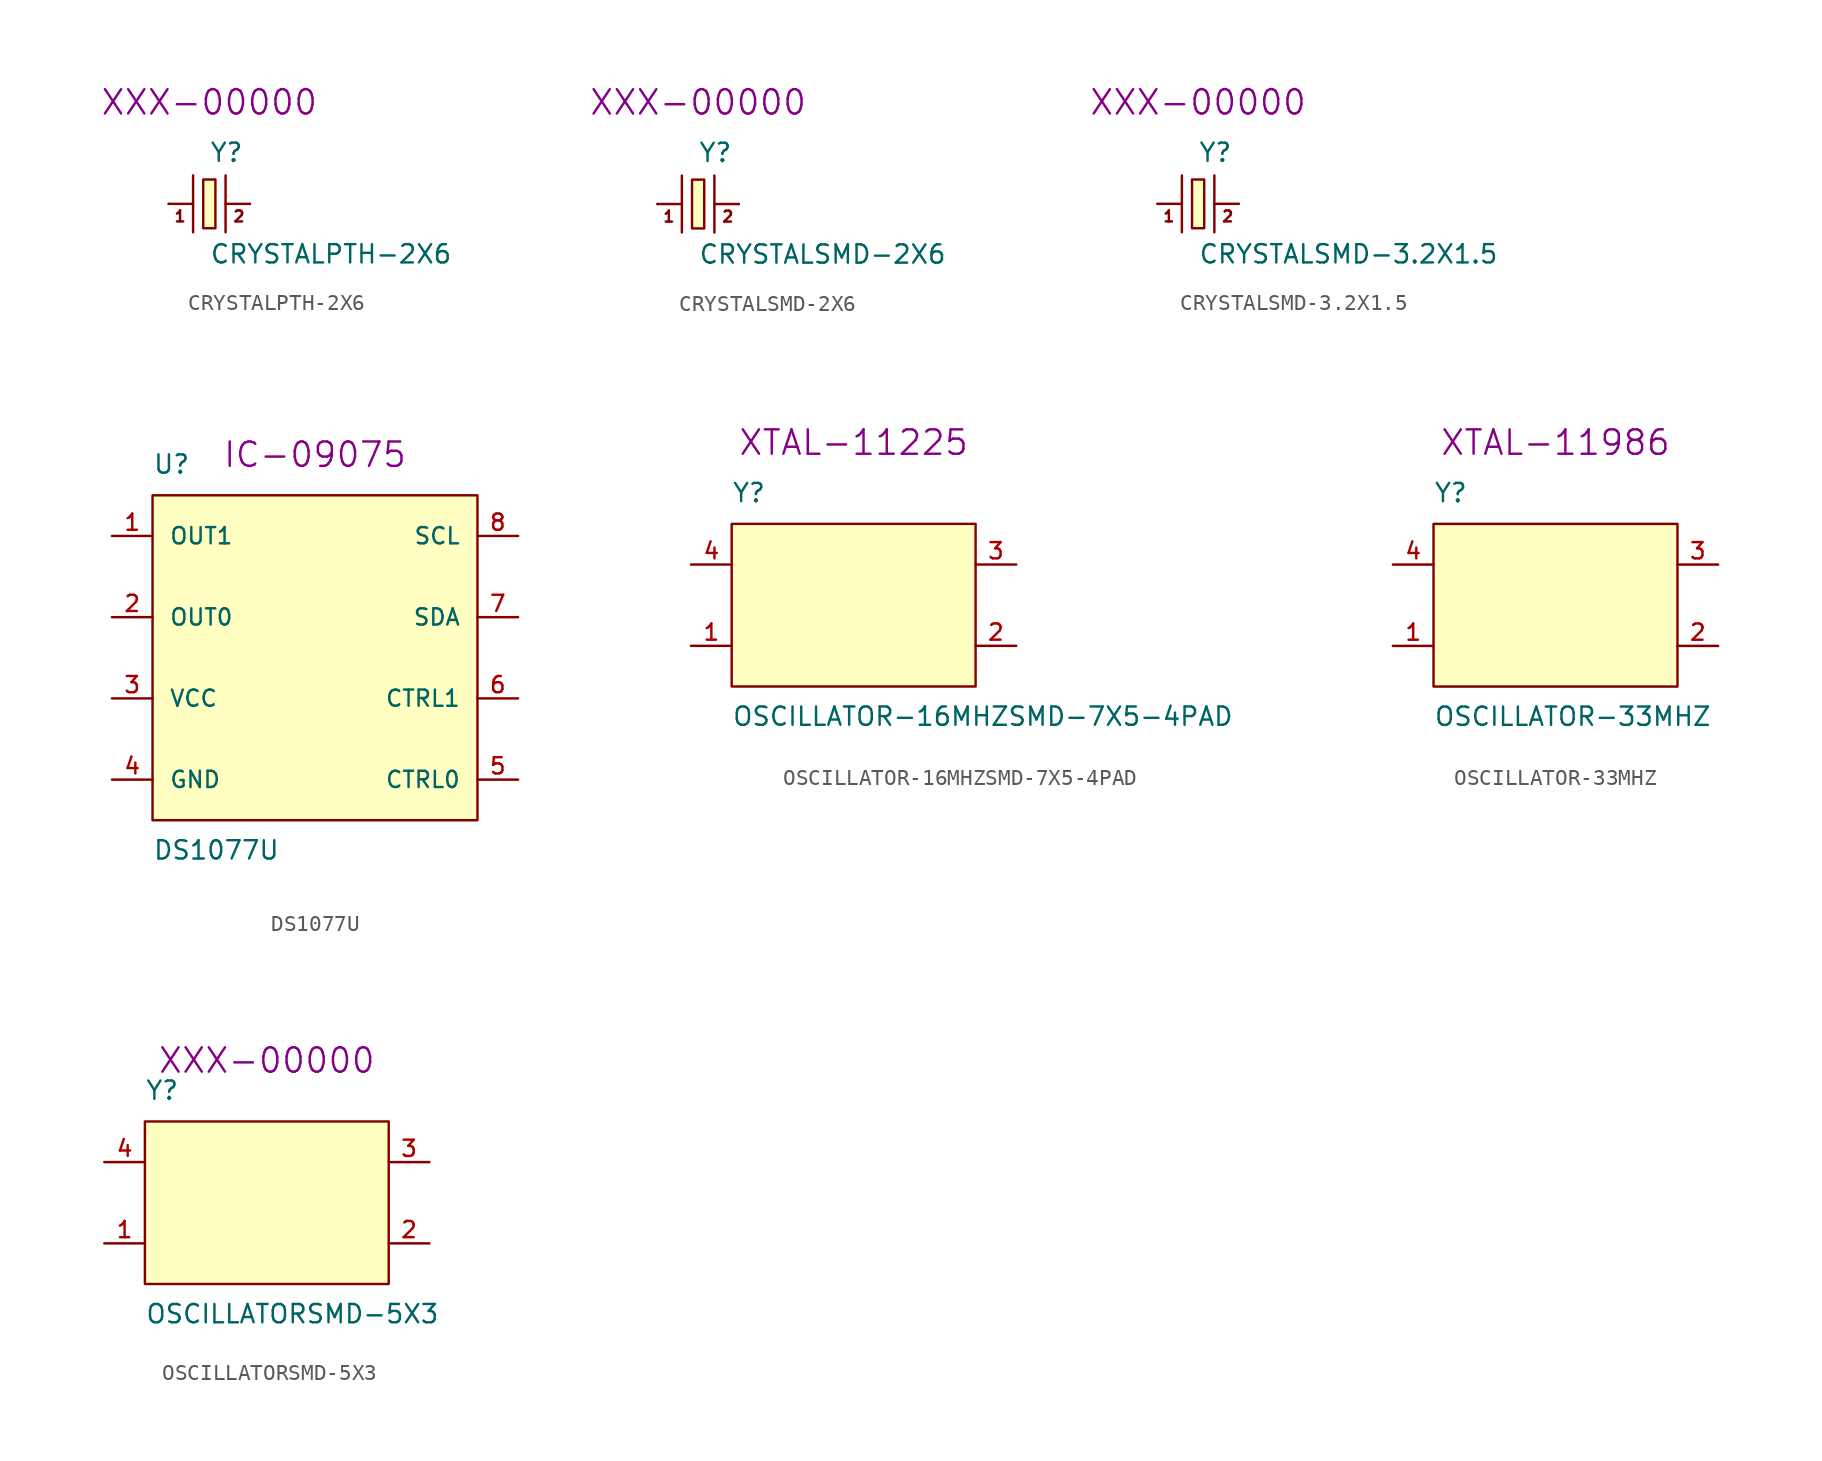
<source format=kicad_sym>
(kicad_symbol_lib
  (version 20211014)
  (generator kicad_symbol_editor)
  (symbol "CRYSTALPTH-2X6"
    (pin_numbers hide)
    (pin_names
      (offset 1.016) hide)
    (property "Reference" "Y"
      (at 0 2.54 0)
      (effects (font (size 1.143 1.143)) (justify left bottom)))
    (property "Value" "CRYSTALPTH-2X6"
      (at 0 -3.81 0)
      (effects (font (size 1.143 1.143)) (justify left bottom)))
    (property "Field4" "XXX-00000"
      (at 0 6.35 0)
      (effects (font (size 1.524 1.524))))
    (property "ki_locked" ""
      (at 0 0 0)
      (effects (font (size 1.27 1.27))))
    (symbol "CRYSTALPTH-2X6_1_0"
      (polyline (pts (xy -2.54 0) (xy -1.016 0)) (stroke (width 0) (type default) (color 0 0 0 0)) (fill (type none)))
      (polyline (pts (xy -1.016 1.778) (xy -1.016 -1.778)) (stroke (width 0) (type default) (color 0 0 0 0)) (fill (type none)))
      (polyline (pts (xy 1.016 0) (xy 2.54 0)) (stroke (width 0) (type default) (color 0 0 0 0)) (fill (type none)))
      (polyline (pts (xy 1.016 1.778) (xy 1.016 -1.778)) (stroke (width 0) (type default) (color 0 0 0 0)) (fill (type none)))
      (text "1" (at -1.829 -0.787 0) (effects (font (size 0.686 0.686))))
      (text "2" (at 1.854 -0.787 0) (effects (font (size 0.686 0.686)))))
    (symbol "CRYSTALPTH-2X6_1_1"
      (polyline (pts (xy -0.381 1.524) (xy -0.381 -1.524) (xy 0.381 -1.524) (xy 0.381 1.524) (xy -0.381 1.524)) (stroke (width 0) (type default) (color 0 0 0 0)) (fill (type background)))
      (pin passive line (at -2.54 0 0) (length 0) (name "1" (effects (font (size 1.016 1.016)))) (number "1" (effects (font (size 1.016 1.016)))))
      (pin passive line (at 2.54 0 180) (length 0) (name "2" (effects (font (size 1.016 1.016)))) (number "2" (effects (font (size 1.016 1.016)))))))
  (symbol "CRYSTALSMD-2X6"
    (pin_numbers hide)
    (pin_names
      (offset 1.016) hide)
    (property "Reference" "Y"
      (at 0 2.54 0)
      (effects (font (size 1.143 1.143)) (justify left bottom)))
    (property "Value" "CRYSTALSMD-2X6"
      (at 0 -3.81 0)
      (effects (font (size 1.143 1.143)) (justify left bottom)))
    (property "Field4" "XXX-00000"
      (at 0 6.35 0)
      (effects (font (size 1.524 1.524))))
    (property "ki_locked" ""
      (at 0 0 0)
      (effects (font (size 1.27 1.27))))
    (symbol "CRYSTALSMD-2X6_1_0"
      (polyline (pts (xy -2.54 0) (xy -1.016 0)) (stroke (width 0) (type default) (color 0 0 0 0)) (fill (type none)))
      (polyline (pts (xy -1.016 1.778) (xy -1.016 -1.778)) (stroke (width 0) (type default) (color 0 0 0 0)) (fill (type none)))
      (polyline (pts (xy 1.016 0) (xy 2.54 0)) (stroke (width 0) (type default) (color 0 0 0 0)) (fill (type none)))
      (polyline (pts (xy 1.016 1.778) (xy 1.016 -1.778)) (stroke (width 0) (type default) (color 0 0 0 0)) (fill (type none)))
      (text "1" (at -1.829 -0.787 0) (effects (font (size 0.686 0.686))))
      (text "2" (at 1.854 -0.787 0) (effects (font (size 0.686 0.686)))))
    (symbol "CRYSTALSMD-2X6_1_1"
      (polyline (pts (xy -0.381 1.524) (xy -0.381 -1.524) (xy 0.381 -1.524) (xy 0.381 1.524) (xy -0.381 1.524)) (stroke (width 0) (type default) (color 0 0 0 0)) (fill (type background)))
      (pin passive line (at -2.54 0 0) (length 0) (name "1" (effects (font (size 1.016 1.016)))) (number "X1" (effects (font (size 1.016 1.016)))))
      (pin passive line (at 2.54 0 180) (length 0) (name "2" (effects (font (size 1.016 1.016)))) (number "X2" (effects (font (size 1.016 1.016)))))))
  (symbol "CRYSTALSMD-3.2X1.5"
    (pin_numbers hide)
    (pin_names
      (offset 1.016) hide)
    (property "Reference" "Y"
      (at 0 2.54 0)
      (effects (font (size 1.143 1.143)) (justify left bottom)))
    (property "Value" "CRYSTALSMD-3.2X1.5"
      (at 0 -3.81 0)
      (effects (font (size 1.143 1.143)) (justify left bottom)))
    (property "Field4" "XXX-00000"
      (at 0 6.35 0)
      (effects (font (size 1.524 1.524))))
    (property "ki_locked" ""
      (at 0 0 0)
      (effects (font (size 1.27 1.27))))
    (symbol "CRYSTALSMD-3.2X1.5_1_0"
      (polyline (pts (xy -2.54 0) (xy -1.016 0)) (stroke (width 0) (type default) (color 0 0 0 0)) (fill (type none)))
      (polyline (pts (xy -1.016 1.778) (xy -1.016 -1.778)) (stroke (width 0) (type default) (color 0 0 0 0)) (fill (type none)))
      (polyline (pts (xy 1.016 0) (xy 2.54 0)) (stroke (width 0) (type default) (color 0 0 0 0)) (fill (type none)))
      (polyline (pts (xy 1.016 1.778) (xy 1.016 -1.778)) (stroke (width 0) (type default) (color 0 0 0 0)) (fill (type none)))
      (text "1" (at -1.829 -0.787 0) (effects (font (size 0.686 0.686))))
      (text "2" (at 1.854 -0.787 0) (effects (font (size 0.686 0.686)))))
    (symbol "CRYSTALSMD-3.2X1.5_1_1"
      (polyline (pts (xy -0.381 1.524) (xy -0.381 -1.524) (xy 0.381 -1.524) (xy 0.381 1.524) (xy -0.381 1.524)) (stroke (width 0) (type default) (color 0 0 0 0)) (fill (type background)))
      (pin passive line (at -2.54 0 0) (length 0) (name "1" (effects (font (size 1.016 1.016)))) (number "P$1" (effects (font (size 1.016 1.016)))))
      (pin passive line (at 2.54 0 180) (length 0) (name "2" (effects (font (size 1.016 1.016)))) (number "P$2" (effects (font (size 1.016 1.016)))))))
  (symbol "DS1077U"
    (pin_names
      (offset 1.016))
    (property "Reference" "U"
      (at -10.16 11.43 0)
      (effects (font (size 1.143 1.143)) (justify left bottom)))
    (property "Value" "DS1077U"
      (at -10.16 -12.7 0)
      (effects (font (size 1.143 1.143)) (justify left bottom)))
    (property "Field4" "IC-09075"
      (at 0 12.7 0)
      (effects (font (size 1.524 1.524))))
    (property "ki_locked" ""
      (at 0 0 0)
      (effects (font (size 1.27 1.27))))
    (symbol "DS1077U_1_1"
      (polyline (pts (xy -10.16 10.16) (xy -10.16 -10.16) (xy 10.16 -10.16) (xy 10.16 10.16) (xy -10.16 10.16)) (stroke (width 0) (type default) (color 0 0 0 0)) (fill (type background)))
      (pin bidirectional line (at -12.7 7.62 0) (length 2.54) (name "OUT1" (effects (font (size 1.016 1.016)))) (number "1" (effects (font (size 1.016 1.016)))))
      (pin bidirectional line (at -12.7 2.54 0) (length 2.54) (name "OUT0" (effects (font (size 1.016 1.016)))) (number "2" (effects (font (size 1.016 1.016)))))
      (pin bidirectional line (at -12.7 -2.54 0) (length 2.54) (name "VCC" (effects (font (size 1.016 1.016)))) (number "3" (effects (font (size 1.016 1.016)))))
      (pin bidirectional line (at -12.7 -7.62 0) (length 2.54) (name "GND" (effects (font (size 1.016 1.016)))) (number "4" (effects (font (size 1.016 1.016)))))
      (pin bidirectional line (at 12.7 -7.62 180) (length 2.54) (name "CTRL0" (effects (font (size 1.016 1.016)))) (number "5" (effects (font (size 1.016 1.016)))))
      (pin bidirectional line (at 12.7 -2.54 180) (length 2.54) (name "CTRL1" (effects (font (size 1.016 1.016)))) (number "6" (effects (font (size 1.016 1.016)))))
      (pin bidirectional line (at 12.7 2.54 180) (length 2.54) (name "SDA" (effects (font (size 1.016 1.016)))) (number "7" (effects (font (size 1.016 1.016)))))
      (pin bidirectional line (at 12.7 7.62 180) (length 2.54) (name "SCL" (effects (font (size 1.016 1.016)))) (number "8" (effects (font (size 1.016 1.016)))))))
  (symbol "OSCILLATOR-16MHZSMD-7X5-4PAD"
    (pin_names
      (offset 1.016) hide)
    (property "Reference" "Y"
      (at -7.62 6.35 0)
      (effects (font (size 1.143 1.143)) (justify left bottom)))
    (property "Value" "OSCILLATOR-16MHZSMD-7X5-4PAD"
      (at -7.62 -7.62 0)
      (effects (font (size 1.143 1.143)) (justify left bottom)))
    (property "Field4" "XTAL-11225"
      (at 0 10.16 0)
      (effects (font (size 1.524 1.524))))
    (property "ki_locked" ""
      (at 0 0 0)
      (effects (font (size 1.27 1.27))))
    (symbol "OSCILLATOR-16MHZSMD-7X5-4PAD_1_1"
      (polyline (pts (xy -7.62 -5.08) (xy -7.62 5.08) (xy 7.62 5.08) (xy 7.62 -5.08) (xy -7.62 -5.08)) (stroke (width 0) (type default) (color 0 0 0 0)) (fill (type background)))
      (pin bidirectional line (at -10.16 -2.54 0) (length 2.54) (name "EN" (effects (font (size 1.016 1.016)))) (number "1" (effects (font (size 1.016 1.016)))))
      (pin bidirectional line (at 10.16 -2.54 180) (length 2.54) (name "GND" (effects (font (size 1.016 1.016)))) (number "2" (effects (font (size 1.016 1.016)))))
      (pin bidirectional line (at 10.16 2.54 180) (length 2.54) (name "OUT" (effects (font (size 1.016 1.016)))) (number "3" (effects (font (size 1.016 1.016)))))
      (pin bidirectional line (at -10.16 2.54 0) (length 2.54) (name "VCC" (effects (font (size 1.016 1.016)))) (number "4" (effects (font (size 1.016 1.016)))))))
  (symbol "OSCILLATOR-33MHZ"
    (pin_names
      (offset 1.016) hide)
    (property "Reference" "Y"
      (at -7.62 6.35 0)
      (effects (font (size 1.143 1.143)) (justify left bottom)))
    (property "Value" "OSCILLATOR-33MHZ"
      (at -7.62 -7.62 0)
      (effects (font (size 1.143 1.143)) (justify left bottom)))
    (property "Field4" "XTAL-11986"
      (at 0 10.16 0)
      (effects (font (size 1.524 1.524))))
    (property "ki_locked" ""
      (at 0 0 0)
      (effects (font (size 1.27 1.27))))
    (symbol "OSCILLATOR-33MHZ_1_1"
      (polyline (pts (xy -7.62 -5.08) (xy -7.62 5.08) (xy 7.62 5.08) (xy 7.62 -5.08) (xy -7.62 -5.08)) (stroke (width 0) (type default) (color 0 0 0 0)) (fill (type background)))
      (pin bidirectional line (at -10.16 -2.54 0) (length 2.54) (name "EN" (effects (font (size 1.016 1.016)))) (number "1" (effects (font (size 1.016 1.016)))))
      (pin bidirectional line (at 10.16 -2.54 180) (length 2.54) (name "GND" (effects (font (size 1.016 1.016)))) (number "2" (effects (font (size 1.016 1.016)))))
      (pin bidirectional line (at 10.16 2.54 180) (length 2.54) (name "OUT" (effects (font (size 1.016 1.016)))) (number "3" (effects (font (size 1.016 1.016)))))
      (pin bidirectional line (at -10.16 2.54 0) (length 2.54) (name "VCC" (effects (font (size 1.016 1.016)))) (number "4" (effects (font (size 1.016 1.016)))))))
  (symbol "OSCILLATORSMD-5X3"
    (pin_names
      (offset 1.016) hide)
    (property "Reference" "Y"
      (at -7.62 6.35 0)
      (effects (font (size 1.143 1.143)) (justify left bottom)))
    (property "Value" "OSCILLATORSMD-5X3"
      (at -7.62 -7.62 0)
      (effects (font (size 1.143 1.143)) (justify left bottom)))
    (property "Field4" "XXX-00000"
      (at 0 8.89 0)
      (effects (font (size 1.524 1.524))))
    (property "ki_locked" ""
      (at 0 0 0)
      (effects (font (size 1.27 1.27))))
    (symbol "OSCILLATORSMD-5X3_1_1"
      (polyline (pts (xy -7.62 -5.08) (xy -7.62 5.08) (xy 7.62 5.08) (xy 7.62 -5.08) (xy -7.62 -5.08)) (stroke (width 0) (type default) (color 0 0 0 0)) (fill (type background)))
      (pin bidirectional line (at -10.16 -2.54 0) (length 2.54) (name "EN" (effects (font (size 1.016 1.016)))) (number "1" (effects (font (size 1.016 1.016)))))
      (pin bidirectional line (at 10.16 -2.54 180) (length 2.54) (name "GND" (effects (font (size 1.016 1.016)))) (number "2" (effects (font (size 1.016 1.016)))))
      (pin bidirectional line (at 10.16 2.54 180) (length 2.54) (name "OUT" (effects (font (size 1.016 1.016)))) (number "3" (effects (font (size 1.016 1.016)))))
      (pin bidirectional line (at -10.16 2.54 0) (length 2.54) (name "VCC" (effects (font (size 1.016 1.016)))) (number "4" (effects (font (size 1.016 1.016))))))))
</source>
